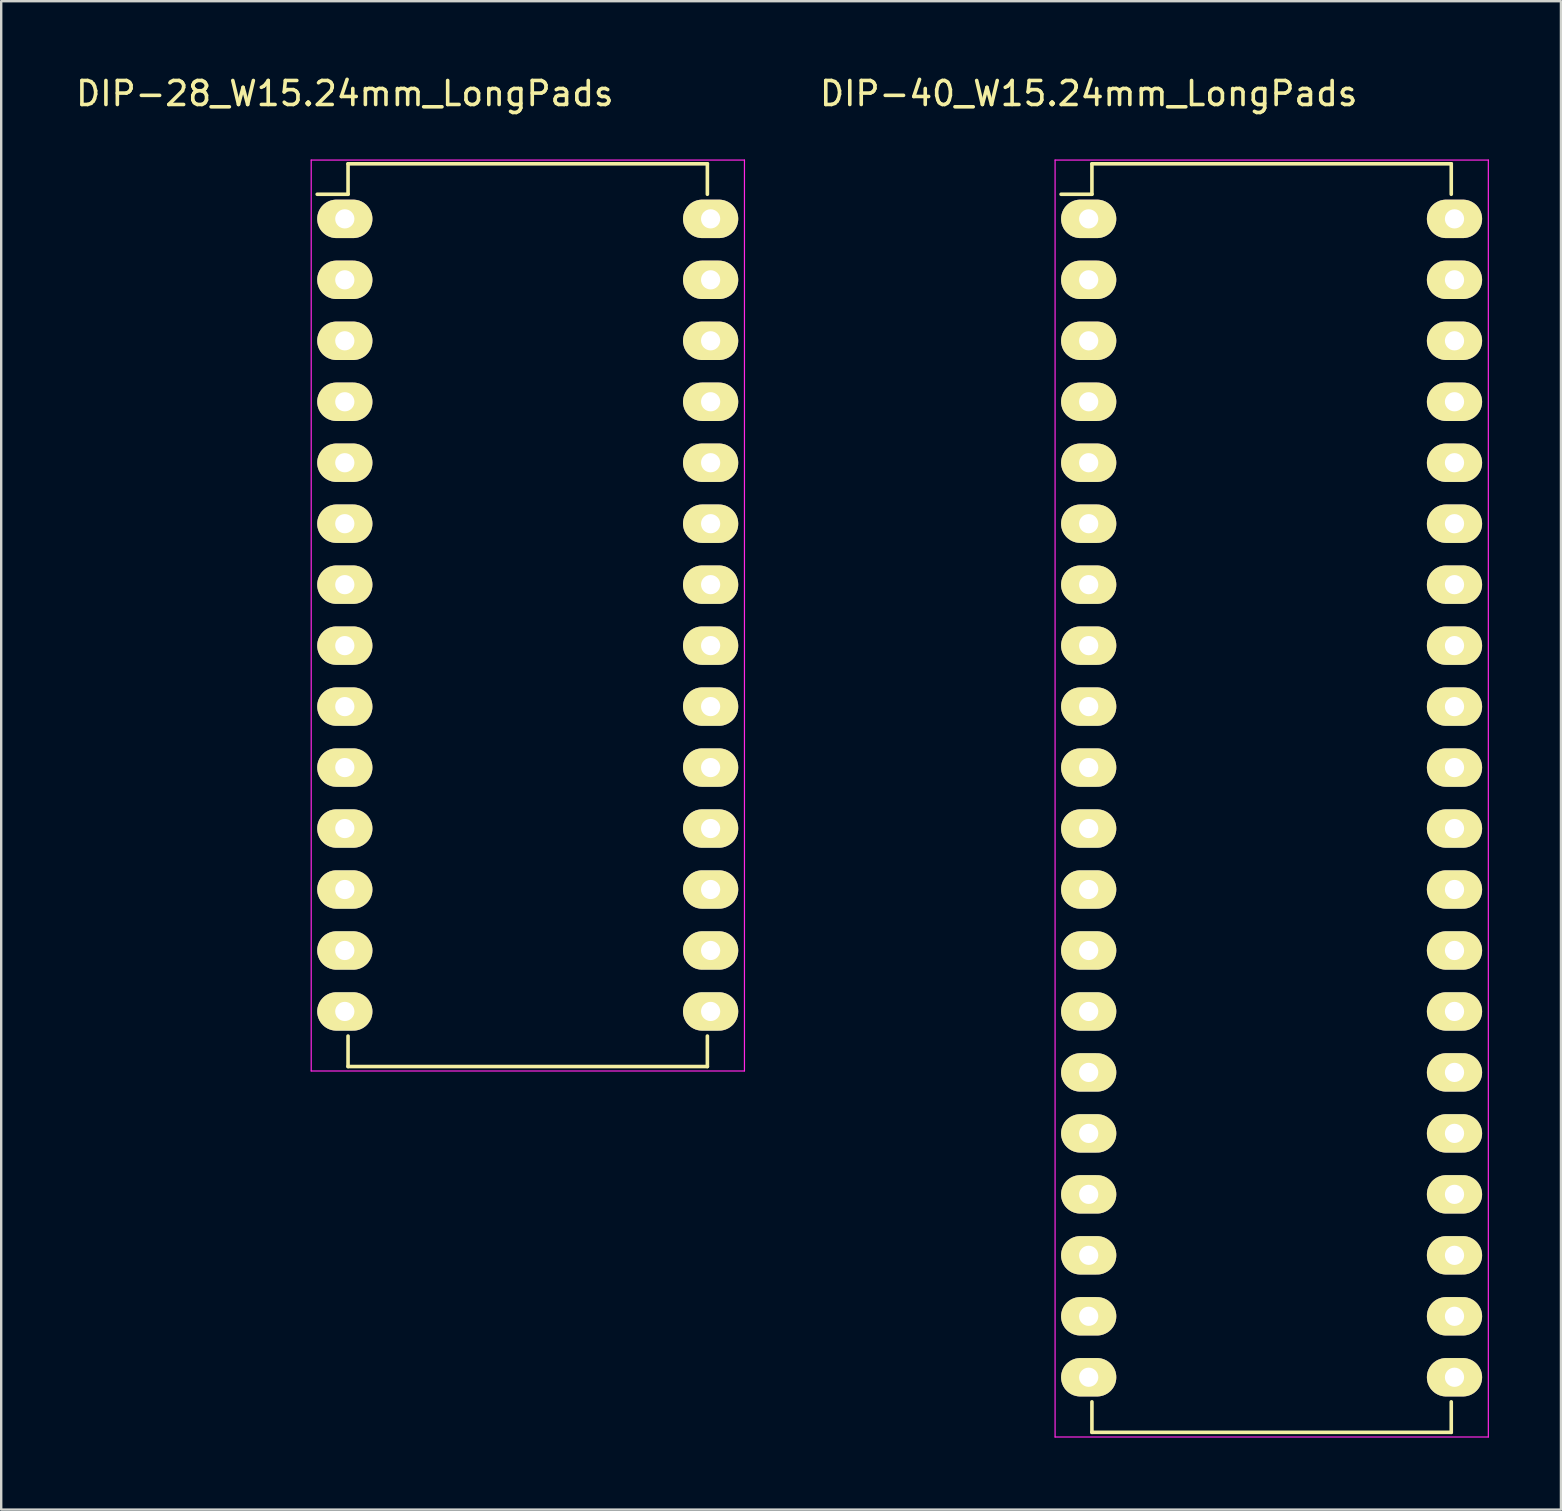
<source format=kicad_pcb>
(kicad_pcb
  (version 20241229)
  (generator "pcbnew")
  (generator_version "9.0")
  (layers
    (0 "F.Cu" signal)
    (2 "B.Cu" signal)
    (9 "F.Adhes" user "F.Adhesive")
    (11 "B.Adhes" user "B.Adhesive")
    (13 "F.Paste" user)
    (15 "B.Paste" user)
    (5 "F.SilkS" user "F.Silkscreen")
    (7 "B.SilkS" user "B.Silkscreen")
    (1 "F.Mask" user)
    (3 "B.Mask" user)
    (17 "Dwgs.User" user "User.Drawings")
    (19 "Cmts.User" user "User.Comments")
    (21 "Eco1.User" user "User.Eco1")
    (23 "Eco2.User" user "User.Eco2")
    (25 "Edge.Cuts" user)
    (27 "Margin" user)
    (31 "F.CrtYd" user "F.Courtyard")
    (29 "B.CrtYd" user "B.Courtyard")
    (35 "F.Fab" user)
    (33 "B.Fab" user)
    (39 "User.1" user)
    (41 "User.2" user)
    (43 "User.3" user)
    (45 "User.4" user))
  (footprint "DIP-28_W15.24mm_LongPads"
    (layer "F.Cu")
    (at 11.315 6.068)
    (property "Reference" "DIP-28_W15.24mm_LongPads" (at 0 -5.22 0) (layer "F.SilkS") (effects (font (size 1 1) (thickness 0.15))))
    (attr through_hole)
    (fp_line (start 0.135 -2.295) (end 0.135 -1.025) (stroke (width 0.15) (type solid)) (layer "F.SilkS"))
    (fp_line (start 0.135 -2.295) (end 15.105 -2.295) (stroke (width 0.15) (type solid)) (layer "F.SilkS"))
    (fp_line (start 0.135 -1.025) (end -1.15 -1.025) (stroke (width 0.15) (type solid)) (layer "F.SilkS"))
    (fp_line (start 0.135 35.315) (end 0.135 34.045) (stroke (width 0.15) (type solid)) (layer "F.SilkS"))
    (fp_line (start 0.135 35.315) (end 15.105 35.315) (stroke (width 0.15) (type solid)) (layer "F.SilkS"))
    (fp_line (start 15.105 -2.295) (end 15.105 -1.025) (stroke (width 0.15) (type solid)) (layer "F.SilkS"))
    (fp_line (start 15.105 35.315) (end 15.105 34.045) (stroke (width 0.15) (type solid)) (layer "F.SilkS"))
    (fp_line (start -1.4 -2.45) (end -1.4 35.5) (stroke (width 0.05) (type solid)) (layer "F.CrtYd"))
    (fp_line (start -1.4 -2.45) (end 16.65 -2.45) (stroke (width 0.05) (type solid)) (layer "F.CrtYd"))
    (fp_line (start -1.4 35.5) (end 16.65 35.5) (stroke (width 0.05) (type solid)) (layer "F.CrtYd"))
    (fp_line (start 16.65 -2.45) (end 16.65 35.5) (stroke (width 0.05) (type solid)) (layer "F.CrtYd"))
    (pad "1" thru_hole oval (at 0 0) (size 2.3 1.6) (drill 0.8) (layers "*.Cu" "*.Mask" "F.SilkS"))
    (pad "2" thru_hole oval (at 0 2.54) (size 2.3 1.6) (drill 0.8) (layers "*.Cu" "*.Mask" "F.SilkS"))
    (pad "3" thru_hole oval (at 0 5.08) (size 2.3 1.6) (drill 0.8) (layers "*.Cu" "*.Mask" "F.SilkS"))
    (pad "4" thru_hole oval (at 0 7.62) (size 2.3 1.6) (drill 0.8) (layers "*.Cu" "*.Mask" "F.SilkS"))
    (pad "5" thru_hole oval (at 0 10.16) (size 2.3 1.6) (drill 0.8) (layers "*.Cu" "*.Mask" "F.SilkS"))
    (pad "6" thru_hole oval (at 0 12.7) (size 2.3 1.6) (drill 0.8) (layers "*.Cu" "*.Mask" "F.SilkS"))
    (pad "7" thru_hole oval (at 0 15.24) (size 2.3 1.6) (drill 0.8) (layers "*.Cu" "*.Mask" "F.SilkS"))
    (pad "8" thru_hole oval (at 0 17.78) (size 2.3 1.6) (drill 0.8) (layers "*.Cu" "*.Mask" "F.SilkS"))
    (pad "9" thru_hole oval (at 0 20.32) (size 2.3 1.6) (drill 0.8) (layers "*.Cu" "*.Mask" "F.SilkS"))
    (pad "10" thru_hole oval (at 0 22.86) (size 2.3 1.6) (drill 0.8) (layers "*.Cu" "*.Mask" "F.SilkS"))
    (pad "11" thru_hole oval (at 0 25.4) (size 2.3 1.6) (drill 0.8) (layers "*.Cu" "*.Mask" "F.SilkS"))
    (pad "12" thru_hole oval (at 0 27.94) (size 2.3 1.6) (drill 0.8) (layers "*.Cu" "*.Mask" "F.SilkS"))
    (pad "13" thru_hole oval (at 0 30.48) (size 2.3 1.6) (drill 0.8) (layers "*.Cu" "*.Mask" "F.SilkS"))
    (pad "14" thru_hole oval (at 0 33.02) (size 2.3 1.6) (drill 0.8) (layers "*.Cu" "*.Mask" "F.SilkS"))
    (pad "15" thru_hole oval (at 15.24 33.02) (size 2.3 1.6) (drill 0.8) (layers "*.Cu" "*.Mask" "F.SilkS"))
    (pad "16" thru_hole oval (at 15.24 30.48) (size 2.3 1.6) (drill 0.8) (layers "*.Cu" "*.Mask" "F.SilkS"))
    (pad "17" thru_hole oval (at 15.24 27.94) (size 2.3 1.6) (drill 0.8) (layers "*.Cu" "*.Mask" "F.SilkS"))
    (pad "18" thru_hole oval (at 15.24 25.4) (size 2.3 1.6) (drill 0.8) (layers "*.Cu" "*.Mask" "F.SilkS"))
    (pad "19" thru_hole oval (at 15.24 22.86) (size 2.3 1.6) (drill 0.8) (layers "*.Cu" "*.Mask" "F.SilkS"))
    (pad "20" thru_hole oval (at 15.24 20.32) (size 2.3 1.6) (drill 0.8) (layers "*.Cu" "*.Mask" "F.SilkS"))
    (pad "21" thru_hole oval (at 15.24 17.78) (size 2.3 1.6) (drill 0.8) (layers "*.Cu" "*.Mask" "F.SilkS"))
    (pad "22" thru_hole oval (at 15.24 15.24) (size 2.3 1.6) (drill 0.8) (layers "*.Cu" "*.Mask" "F.SilkS"))
    (pad "23" thru_hole oval (at 15.24 12.7) (size 2.3 1.6) (drill 0.8) (layers "*.Cu" "*.Mask" "F.SilkS"))
    (pad "24" thru_hole oval (at 15.24 10.16) (size 2.3 1.6) (drill 0.8) (layers "*.Cu" "*.Mask" "F.SilkS"))
    (pad "25" thru_hole oval (at 15.24 7.62) (size 2.3 1.6) (drill 0.8) (layers "*.Cu" "*.Mask" "F.SilkS"))
    (pad "26" thru_hole oval (at 15.24 5.08) (size 2.3 1.6) (drill 0.8) (layers "*.Cu" "*.Mask" "F.SilkS"))
    (pad "27" thru_hole oval (at 15.24 2.54) (size 2.3 1.6) (drill 0.8) (layers "*.Cu" "*.Mask" "F.SilkS"))
    (pad "28" thru_hole oval (at 15.24 0) (size 2.3 1.6) (drill 0.8) (layers "*.Cu" "*.Mask" "F.SilkS")))
  (footprint "DIP-40_W15.24mm_LongPads"
    (layer "F.Cu")
    (at 42.306 6.068)
    (property "Reference" "DIP-40_W15.24mm_LongPads" (at 0 -5.22 0) (layer "F.SilkS") (effects (font (size 1 1) (thickness 0.15))))
    (attr through_hole)
    (fp_line (start 0.135 -2.295) (end 0.135 -1.025) (stroke (width 0.15) (type solid)) (layer "F.SilkS"))
    (fp_line (start 0.135 -2.295) (end 15.105 -2.295) (stroke (width 0.15) (type solid)) (layer "F.SilkS"))
    (fp_line (start 0.135 -1.025) (end -1.15 -1.025) (stroke (width 0.15) (type solid)) (layer "F.SilkS"))
    (fp_line (start 0.135 50.555) (end 0.135 49.285) (stroke (width 0.15) (type solid)) (layer "F.SilkS"))
    (fp_line (start 0.135 50.555) (end 15.105 50.555) (stroke (width 0.15) (type solid)) (layer "F.SilkS"))
    (fp_line (start 15.105 -2.295) (end 15.105 -1.025) (stroke (width 0.15) (type solid)) (layer "F.SilkS"))
    (fp_line (start 15.105 50.555) (end 15.105 49.285) (stroke (width 0.15) (type solid)) (layer "F.SilkS"))
    (fp_line (start -1.4 -2.45) (end -1.4 50.75) (stroke (width 0.05) (type solid)) (layer "F.CrtYd"))
    (fp_line (start -1.4 -2.45) (end 16.65 -2.45) (stroke (width 0.05) (type solid)) (layer "F.CrtYd"))
    (fp_line (start -1.4 50.75) (end 16.65 50.75) (stroke (width 0.05) (type solid)) (layer "F.CrtYd"))
    (fp_line (start 16.65 -2.45) (end 16.65 50.75) (stroke (width 0.05) (type solid)) (layer "F.CrtYd"))
    (pad "1" thru_hole oval (at 0 0) (size 2.3 1.6) (drill 0.8) (layers "*.Cu" "*.Mask" "F.SilkS"))
    (pad "2" thru_hole oval (at 0 2.54) (size 2.3 1.6) (drill 0.8) (layers "*.Cu" "*.Mask" "F.SilkS"))
    (pad "3" thru_hole oval (at 0 5.08) (size 2.3 1.6) (drill 0.8) (layers "*.Cu" "*.Mask" "F.SilkS"))
    (pad "4" thru_hole oval (at 0 7.62) (size 2.3 1.6) (drill 0.8) (layers "*.Cu" "*.Mask" "F.SilkS"))
    (pad "5" thru_hole oval (at 0 10.16) (size 2.3 1.6) (drill 0.8) (layers "*.Cu" "*.Mask" "F.SilkS"))
    (pad "6" thru_hole oval (at 0 12.7) (size 2.3 1.6) (drill 0.8) (layers "*.Cu" "*.Mask" "F.SilkS"))
    (pad "7" thru_hole oval (at 0 15.24) (size 2.3 1.6) (drill 0.8) (layers "*.Cu" "*.Mask" "F.SilkS"))
    (pad "8" thru_hole oval (at 0 17.78) (size 2.3 1.6) (drill 0.8) (layers "*.Cu" "*.Mask" "F.SilkS"))
    (pad "9" thru_hole oval (at 0 20.32) (size 2.3 1.6) (drill 0.8) (layers "*.Cu" "*.Mask" "F.SilkS"))
    (pad "10" thru_hole oval (at 0 22.86) (size 2.3 1.6) (drill 0.8) (layers "*.Cu" "*.Mask" "F.SilkS"))
    (pad "11" thru_hole oval (at 0 25.4) (size 2.3 1.6) (drill 0.8) (layers "*.Cu" "*.Mask" "F.SilkS"))
    (pad "12" thru_hole oval (at 0 27.94) (size 2.3 1.6) (drill 0.8) (layers "*.Cu" "*.Mask" "F.SilkS"))
    (pad "13" thru_hole oval (at 0 30.48) (size 2.3 1.6) (drill 0.8) (layers "*.Cu" "*.Mask" "F.SilkS"))
    (pad "14" thru_hole oval (at 0 33.02) (size 2.3 1.6) (drill 0.8) (layers "*.Cu" "*.Mask" "F.SilkS"))
    (pad "15" thru_hole oval (at 0 35.56) (size 2.3 1.6) (drill 0.8) (layers "*.Cu" "*.Mask" "F.SilkS"))
    (pad "16" thru_hole oval (at 0 38.1) (size 2.3 1.6) (drill 0.8) (layers "*.Cu" "*.Mask" "F.SilkS"))
    (pad "17" thru_hole oval (at 0 40.64) (size 2.3 1.6) (drill 0.8) (layers "*.Cu" "*.Mask" "F.SilkS"))
    (pad "18" thru_hole oval (at 0 43.18) (size 2.3 1.6) (drill 0.8) (layers "*.Cu" "*.Mask" "F.SilkS"))
    (pad "19" thru_hole oval (at 0 45.72) (size 2.3 1.6) (drill 0.8) (layers "*.Cu" "*.Mask" "F.SilkS"))
    (pad "20" thru_hole oval (at 0 48.26) (size 2.3 1.6) (drill 0.8) (layers "*.Cu" "*.Mask" "F.SilkS"))
    (pad "21" thru_hole oval (at 15.24 48.26) (size 2.3 1.6) (drill 0.8) (layers "*.Cu" "*.Mask" "F.SilkS"))
    (pad "22" thru_hole oval (at 15.24 45.72) (size 2.3 1.6) (drill 0.8) (layers "*.Cu" "*.Mask" "F.SilkS"))
    (pad "23" thru_hole oval (at 15.24 43.18) (size 2.3 1.6) (drill 0.8) (layers "*.Cu" "*.Mask" "F.SilkS"))
    (pad "24" thru_hole oval (at 15.24 40.64) (size 2.3 1.6) (drill 0.8) (layers "*.Cu" "*.Mask" "F.SilkS"))
    (pad "25" thru_hole oval (at 15.24 38.1) (size 2.3 1.6) (drill 0.8) (layers "*.Cu" "*.Mask" "F.SilkS"))
    (pad "26" thru_hole oval (at 15.24 35.56) (size 2.3 1.6) (drill 0.8) (layers "*.Cu" "*.Mask" "F.SilkS"))
    (pad "27" thru_hole oval (at 15.24 33.02) (size 2.3 1.6) (drill 0.8) (layers "*.Cu" "*.Mask" "F.SilkS"))
    (pad "28" thru_hole oval (at 15.24 30.48) (size 2.3 1.6) (drill 0.8) (layers "*.Cu" "*.Mask" "F.SilkS"))
    (pad "29" thru_hole oval (at 15.24 27.94) (size 2.3 1.6) (drill 0.8) (layers "*.Cu" "*.Mask" "F.SilkS"))
    (pad "30" thru_hole oval (at 15.24 25.4) (size 2.3 1.6) (drill 0.8) (layers "*.Cu" "*.Mask" "F.SilkS"))
    (pad "31" thru_hole oval (at 15.24 22.86) (size 2.3 1.6) (drill 0.8) (layers "*.Cu" "*.Mask" "F.SilkS"))
    (pad "32" thru_hole oval (at 15.24 20.32) (size 2.3 1.6) (drill 0.8) (layers "*.Cu" "*.Mask" "F.SilkS"))
    (pad "33" thru_hole oval (at 15.24 17.78) (size 2.3 1.6) (drill 0.8) (layers "*.Cu" "*.Mask" "F.SilkS"))
    (pad "34" thru_hole oval (at 15.24 15.24) (size 2.3 1.6) (drill 0.8) (layers "*.Cu" "*.Mask" "F.SilkS"))
    (pad "35" thru_hole oval (at 15.24 12.7) (size 2.3 1.6) (drill 0.8) (layers "*.Cu" "*.Mask" "F.SilkS"))
    (pad "36" thru_hole oval (at 15.24 10.16) (size 2.3 1.6) (drill 0.8) (layers "*.Cu" "*.Mask" "F.SilkS"))
    (pad "37" thru_hole oval (at 15.24 7.62) (size 2.3 1.6) (drill 0.8) (layers "*.Cu" "*.Mask" "F.SilkS"))
    (pad "38" thru_hole oval (at 15.24 5.08) (size 2.3 1.6) (drill 0.8) (layers "*.Cu" "*.Mask" "F.SilkS"))
    (pad "39" thru_hole oval (at 15.24 2.54) (size 2.3 1.6) (drill 0.8) (layers "*.Cu" "*.Mask" "F.SilkS"))
    (pad "40" thru_hole oval (at 15.24 0) (size 2.3 1.6) (drill 0.8) (layers "*.Cu" "*.Mask" "F.SilkS")))
  (gr_rect
    (start -3 -3)
    (end 61.981 59.843)
    (stroke (width 0.1) (type default))
    (fill no)
    (layer "Edge.Cuts")))
</source>
